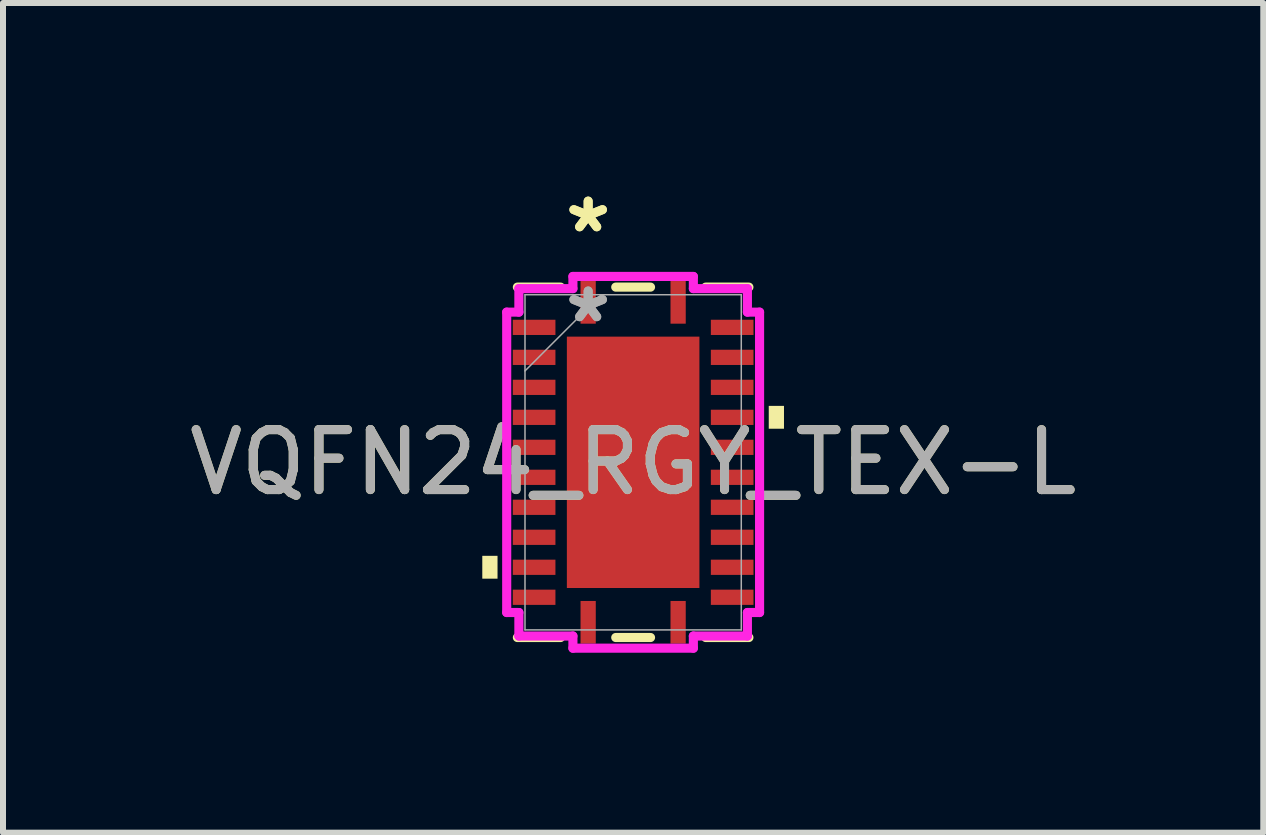
<source format=kicad_pcb>
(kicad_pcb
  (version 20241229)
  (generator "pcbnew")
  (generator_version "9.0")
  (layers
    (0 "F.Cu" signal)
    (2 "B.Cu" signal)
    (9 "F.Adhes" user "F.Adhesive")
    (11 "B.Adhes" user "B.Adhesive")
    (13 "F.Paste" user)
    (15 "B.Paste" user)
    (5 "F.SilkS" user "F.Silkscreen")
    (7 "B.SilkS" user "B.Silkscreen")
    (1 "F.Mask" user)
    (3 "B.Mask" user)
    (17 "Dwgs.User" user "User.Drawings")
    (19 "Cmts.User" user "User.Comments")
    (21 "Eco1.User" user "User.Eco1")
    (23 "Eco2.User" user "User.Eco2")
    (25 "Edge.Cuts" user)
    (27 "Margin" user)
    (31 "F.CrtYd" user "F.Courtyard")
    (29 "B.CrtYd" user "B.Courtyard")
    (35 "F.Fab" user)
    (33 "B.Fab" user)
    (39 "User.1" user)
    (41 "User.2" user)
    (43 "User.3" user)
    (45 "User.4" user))
  (footprint "VQFN24_RGY_TEX-L"
    (layer "F.Cu")
    (at 7.506 4.658)
    (property "Reference" "VQFN24_RGY_TEX-L" (at 0 0 0) (unlocked yes) (layer "F.SilkS") (effects (font (size 1 1) (thickness 0.15))))
    (attr smd)
    (fp_line (start -1.93 2.921) (end -1.21 2.921) (stroke (width 0.152) (type solid)) (layer "F.SilkS"))
    (fp_line (start -1.21 -2.921) (end -1.93 -2.921) (stroke (width 0.152) (type solid)) (layer "F.SilkS"))
    (fp_line (start -0.29 2.921) (end 0.29 2.921) (stroke (width 0.152) (type solid)) (layer "F.SilkS"))
    (fp_line (start 0.29 -2.921) (end -0.29 -2.921) (stroke (width 0.152) (type solid)) (layer "F.SilkS"))
    (fp_line (start 1.21 2.921) (end 1.93 2.921) (stroke (width 0.152) (type solid)) (layer "F.SilkS"))
    (fp_line (start 1.93 -2.921) (end 1.21 -2.921) (stroke (width 0.152) (type solid)) (layer "F.SilkS"))
    (fp_poly (pts (xy -2.515 1.559) (xy -2.515 1.94) (xy -2.261 1.94) (xy -2.261 1.559)) (stroke (width 0) (type solid)) (fill yes) (layer "F.SilkS"))
    (fp_poly (pts (xy 2.515 -0.941) (xy 2.515 -0.56) (xy 2.261 -0.56) (xy 2.261 -0.941)) (stroke (width 0) (type solid)) (fill yes) (layer "F.SilkS"))
    (fp_poly (pts (xy -1.005 -1.996) (xy -1.005 -0.798) (xy 1.005 -0.798) (xy 1.005 -1.996)) (stroke (width 0) (type solid)) (fill yes) (layer "F.Paste"))
    (fp_poly (pts (xy -1.005 -0.599) (xy -1.005 0.599) (xy 1.005 0.599) (xy 1.005 -0.599)) (stroke (width 0) (type solid)) (fill yes) (layer "F.Paste"))
    (fp_poly (pts (xy -1.005 0.798) (xy -1.005 1.996) (xy 1.005 1.996) (xy 1.005 0.798)) (stroke (width 0) (type solid)) (fill yes) (layer "F.Paste"))
    (fp_line (start -2.108 -2.504) (end -1.905 -2.504) (stroke (width 0.152) (type solid)) (layer "F.CrtYd"))
    (fp_line (start -2.108 2.504) (end -2.108 -2.504) (stroke (width 0.152) (type solid)) (layer "F.CrtYd"))
    (fp_line (start -1.905 -2.896) (end -1.004 -2.896) (stroke (width 0.152) (type solid)) (layer "F.CrtYd"))
    (fp_line (start -1.905 -2.504) (end -1.905 -2.896) (stroke (width 0.152) (type solid)) (layer "F.CrtYd"))
    (fp_line (start -1.905 2.504) (end -2.108 2.504) (stroke (width 0.152) (type solid)) (layer "F.CrtYd"))
    (fp_line (start -1.905 2.896) (end -1.905 2.504) (stroke (width 0.152) (type solid)) (layer "F.CrtYd"))
    (fp_line (start -1.905 2.896) (end -1.004 2.896) (stroke (width 0.152) (type solid)) (layer "F.CrtYd"))
    (fp_line (start -1.004 -3.099) (end 1.004 -3.099) (stroke (width 0.152) (type solid)) (layer "F.CrtYd"))
    (fp_line (start -1.004 -2.896) (end -1.004 -3.099) (stroke (width 0.152) (type solid)) (layer "F.CrtYd"))
    (fp_line (start -1.004 2.896) (end -1.004 3.099) (stroke (width 0.152) (type solid)) (layer "F.CrtYd"))
    (fp_line (start -1.004 3.099) (end 1.004 3.099) (stroke (width 0.152) (type solid)) (layer "F.CrtYd"))
    (fp_line (start 1.004 -3.099) (end 1.004 -2.896) (stroke (width 0.152) (type solid)) (layer "F.CrtYd"))
    (fp_line (start 1.004 -2.896) (end 1.905 -2.896) (stroke (width 0.152) (type solid)) (layer "F.CrtYd"))
    (fp_line (start 1.004 2.896) (end 1.905 2.896) (stroke (width 0.152) (type solid)) (layer "F.CrtYd"))
    (fp_line (start 1.004 3.099) (end 1.004 2.896) (stroke (width 0.152) (type solid)) (layer "F.CrtYd"))
    (fp_line (start 1.905 -2.504) (end 1.905 -2.896) (stroke (width 0.152) (type solid)) (layer "F.CrtYd"))
    (fp_line (start 1.905 2.504) (end 2.108 2.504) (stroke (width 0.152) (type solid)) (layer "F.CrtYd"))
    (fp_line (start 1.905 2.896) (end 1.905 2.504) (stroke (width 0.152) (type solid)) (layer "F.CrtYd"))
    (fp_line (start 2.108 -2.504) (end 1.905 -2.504) (stroke (width 0.152) (type solid)) (layer "F.CrtYd"))
    (fp_line (start 2.108 2.504) (end 2.108 -2.504) (stroke (width 0.152) (type solid)) (layer "F.CrtYd"))
    (fp_line (start -1.803 -2.794) (end -1.803 2.794) (stroke (width 0.025) (type solid)) (layer "F.Fab"))
    (fp_line (start -1.803 -1.524) (end -0.533 -2.794) (stroke (width 0.025) (type solid)) (layer "F.Fab"))
    (fp_line (start -1.803 2.794) (end 1.803 2.794) (stroke (width 0.025) (type solid)) (layer "F.Fab"))
    (fp_line (start 1.803 -2.794) (end -1.803 -2.794) (stroke (width 0.025) (type solid)) (layer "F.Fab"))
    (fp_line (start 1.803 2.794) (end 1.803 -2.794) (stroke (width 0.025) (type solid)) (layer "F.Fab"))
    (fp_text user "*" (at -0.75 -3.81 0) (unlocked yes) (layer "F.SilkS") (effects (font (size 1 1) (thickness 0.15))))
    (fp_text user "*" (at -0.75 -3.81 0) (layer "F.SilkS") (effects (font (size 1 1) (thickness 0.15))))
    (fp_text user "${REFERENCE}" (at 0 0 0) (unlocked yes) (layer "F.Fab") (effects (font (size 1 1) (thickness 0.15))))
    (fp_text user "*" (at -0.75 -2.311 0) (layer "F.Fab") (effects (font (size 1 1) (thickness 0.15))))
    (fp_text user "*" (at -0.75 -2.311 0) (unlocked yes) (layer "F.Fab") (effects (font (size 1 1) (thickness 0.15))))
    (pad "1" smd rect (at -0.75 -2.667) (size 0.254 0.711) (layers "F.Cu" "F.Mask" "F.Paste"))
    (pad "2" smd rect (at -1.651 -2.25 90) (size 0.254 0.711) (layers "F.Cu" "F.Mask" "F.Paste"))
    (pad "3" smd rect (at -1.651 -1.75 90) (size 0.254 0.711) (layers "F.Cu" "F.Mask" "F.Paste"))
    (pad "4" smd rect (at -1.651 -1.25 90) (size 0.254 0.711) (layers "F.Cu" "F.Mask" "F.Paste"))
    (pad "5" smd rect (at -1.651 -0.75 90) (size 0.254 0.711) (layers "F.Cu" "F.Mask" "F.Paste"))
    (pad "6" smd rect (at -1.651 -0.25 90) (size 0.254 0.711) (layers "F.Cu" "F.Mask" "F.Paste"))
    (pad "7" smd rect (at -1.651 0.25 90) (size 0.254 0.711) (layers "F.Cu" "F.Mask" "F.Paste"))
    (pad "8" smd rect (at -1.651 0.75 90) (size 0.254 0.711) (layers "F.Cu" "F.Mask" "F.Paste"))
    (pad "9" smd rect (at -1.651 1.25 90) (size 0.254 0.711) (layers "F.Cu" "F.Mask" "F.Paste"))
    (pad "10" smd rect (at -1.651 1.75 90) (size 0.254 0.711) (layers "F.Cu" "F.Mask" "F.Paste"))
    (pad "11" smd rect (at -1.651 2.25 90) (size 0.254 0.711) (layers "F.Cu" "F.Mask" "F.Paste"))
    (pad "12" smd rect (at -0.75 2.667) (size 0.254 0.711) (layers "F.Cu" "F.Mask" "F.Paste"))
    (pad "13" smd rect (at 0.75 2.667) (size 0.254 0.711) (layers "F.Cu" "F.Mask" "F.Paste"))
    (pad "14" smd rect (at 1.651 2.25 90) (size 0.254 0.711) (layers "F.Cu" "F.Mask" "F.Paste"))
    (pad "15" smd rect (at 1.651 1.75 90) (size 0.254 0.711) (layers "F.Cu" "F.Mask" "F.Paste"))
    (pad "16" smd rect (at 1.651 1.25 90) (size 0.254 0.711) (layers "F.Cu" "F.Mask" "F.Paste"))
    (pad "17" smd rect (at 1.651 0.75 90) (size 0.254 0.711) (layers "F.Cu" "F.Mask" "F.Paste"))
    (pad "18" smd rect (at 1.651 0.25 90) (size 0.254 0.711) (layers "F.Cu" "F.Mask" "F.Paste"))
    (pad "19" smd rect (at 1.651 -0.25 90) (size 0.254 0.711) (layers "F.Cu" "F.Mask" "F.Paste"))
    (pad "20" smd rect (at 1.651 -0.75 90) (size 0.254 0.711) (layers "F.Cu" "F.Mask" "F.Paste"))
    (pad "21" smd rect (at 1.651 -1.25 90) (size 0.254 0.711) (layers "F.Cu" "F.Mask" "F.Paste"))
    (pad "22" smd rect (at 1.651 -1.75 90) (size 0.254 0.711) (layers "F.Cu" "F.Mask" "F.Paste"))
    (pad "23" smd rect (at 1.651 -2.25 90) (size 0.254 0.711) (layers "F.Cu" "F.Mask" "F.Paste"))
    (pad "24" smd rect (at 0.75 -2.667) (size 0.254 0.711) (layers "F.Cu" "F.Mask" "F.Paste"))
    (pad "25" smd rect (at 0 0) (size 2.21 4.191) (layers "F.Cu" "F.Mask" "F.Paste")))
  (gr_rect
    (start -3 -3)
    (end 18.012 10.833)
    (stroke (width 0.1) (type default))
    (fill no)
    (layer "Edge.Cuts")))
</source>
